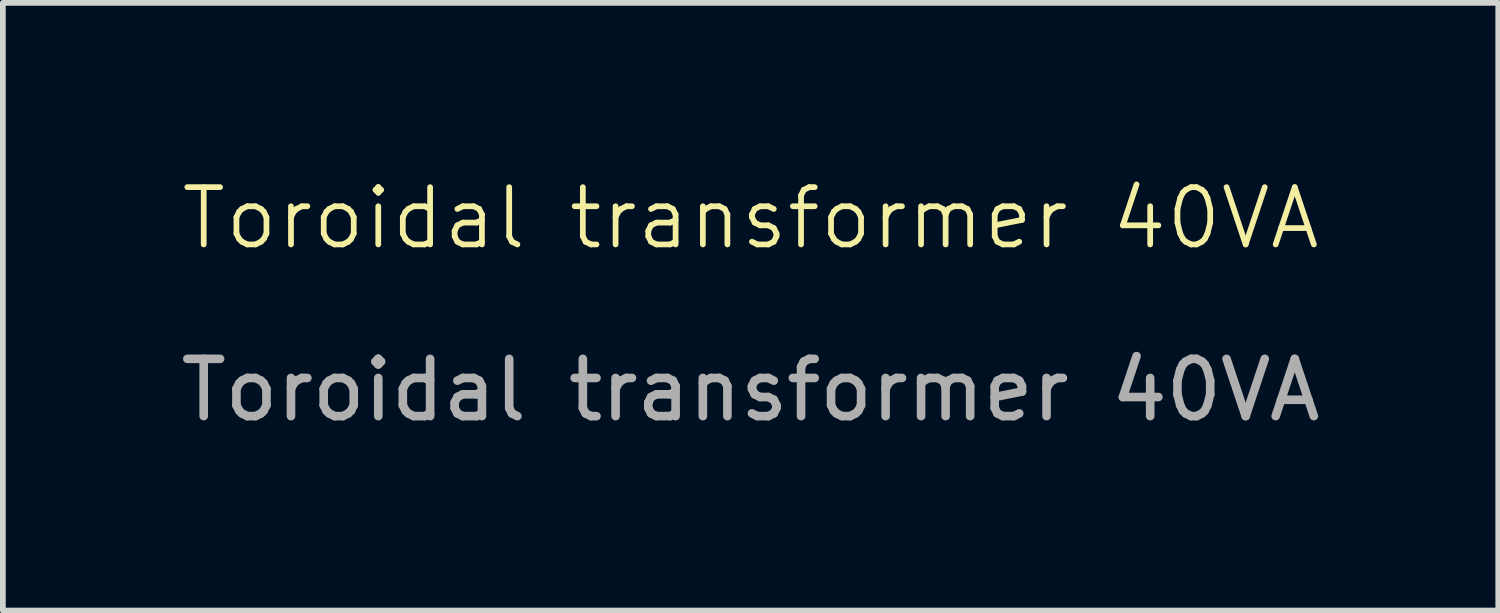
<source format=kicad_pcb>
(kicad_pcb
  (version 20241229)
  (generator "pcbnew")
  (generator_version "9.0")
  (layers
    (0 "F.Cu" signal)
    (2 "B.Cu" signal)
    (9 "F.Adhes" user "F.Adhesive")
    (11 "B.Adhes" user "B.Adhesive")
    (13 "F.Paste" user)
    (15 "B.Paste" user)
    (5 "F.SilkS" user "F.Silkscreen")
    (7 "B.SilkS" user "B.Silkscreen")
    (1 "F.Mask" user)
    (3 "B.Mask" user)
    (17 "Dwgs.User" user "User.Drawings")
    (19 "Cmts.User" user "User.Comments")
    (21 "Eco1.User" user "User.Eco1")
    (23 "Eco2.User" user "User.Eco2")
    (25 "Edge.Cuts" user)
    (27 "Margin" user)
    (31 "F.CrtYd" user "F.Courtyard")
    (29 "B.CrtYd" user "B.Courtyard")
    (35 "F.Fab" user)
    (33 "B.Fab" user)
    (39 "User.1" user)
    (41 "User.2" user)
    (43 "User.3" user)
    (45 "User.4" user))
  (footprint "Toroidal transformer 40VA"
    (layer "F.Cu")
    (at 10.054 1.26)
    (property "Reference" "Toroidal transformer 40VA" (at 0 -0.5 0) (unlocked yes) (layer "F.SilkS") (effects (font (size 1 1) (thickness 0.1))))
    (attr through_hole)
    (fp_text user "${REFERENCE}" (at 0 2.5 0) (unlocked yes) (layer "F.Fab") (effects (font (size 1 1) (thickness 0.15)))))
  (gr_rect
    (start -3 -3)
    (end 23.107 7.609)
    (stroke (width 0.1) (type default))
    (fill no)
    (layer "Edge.Cuts")))
</source>
